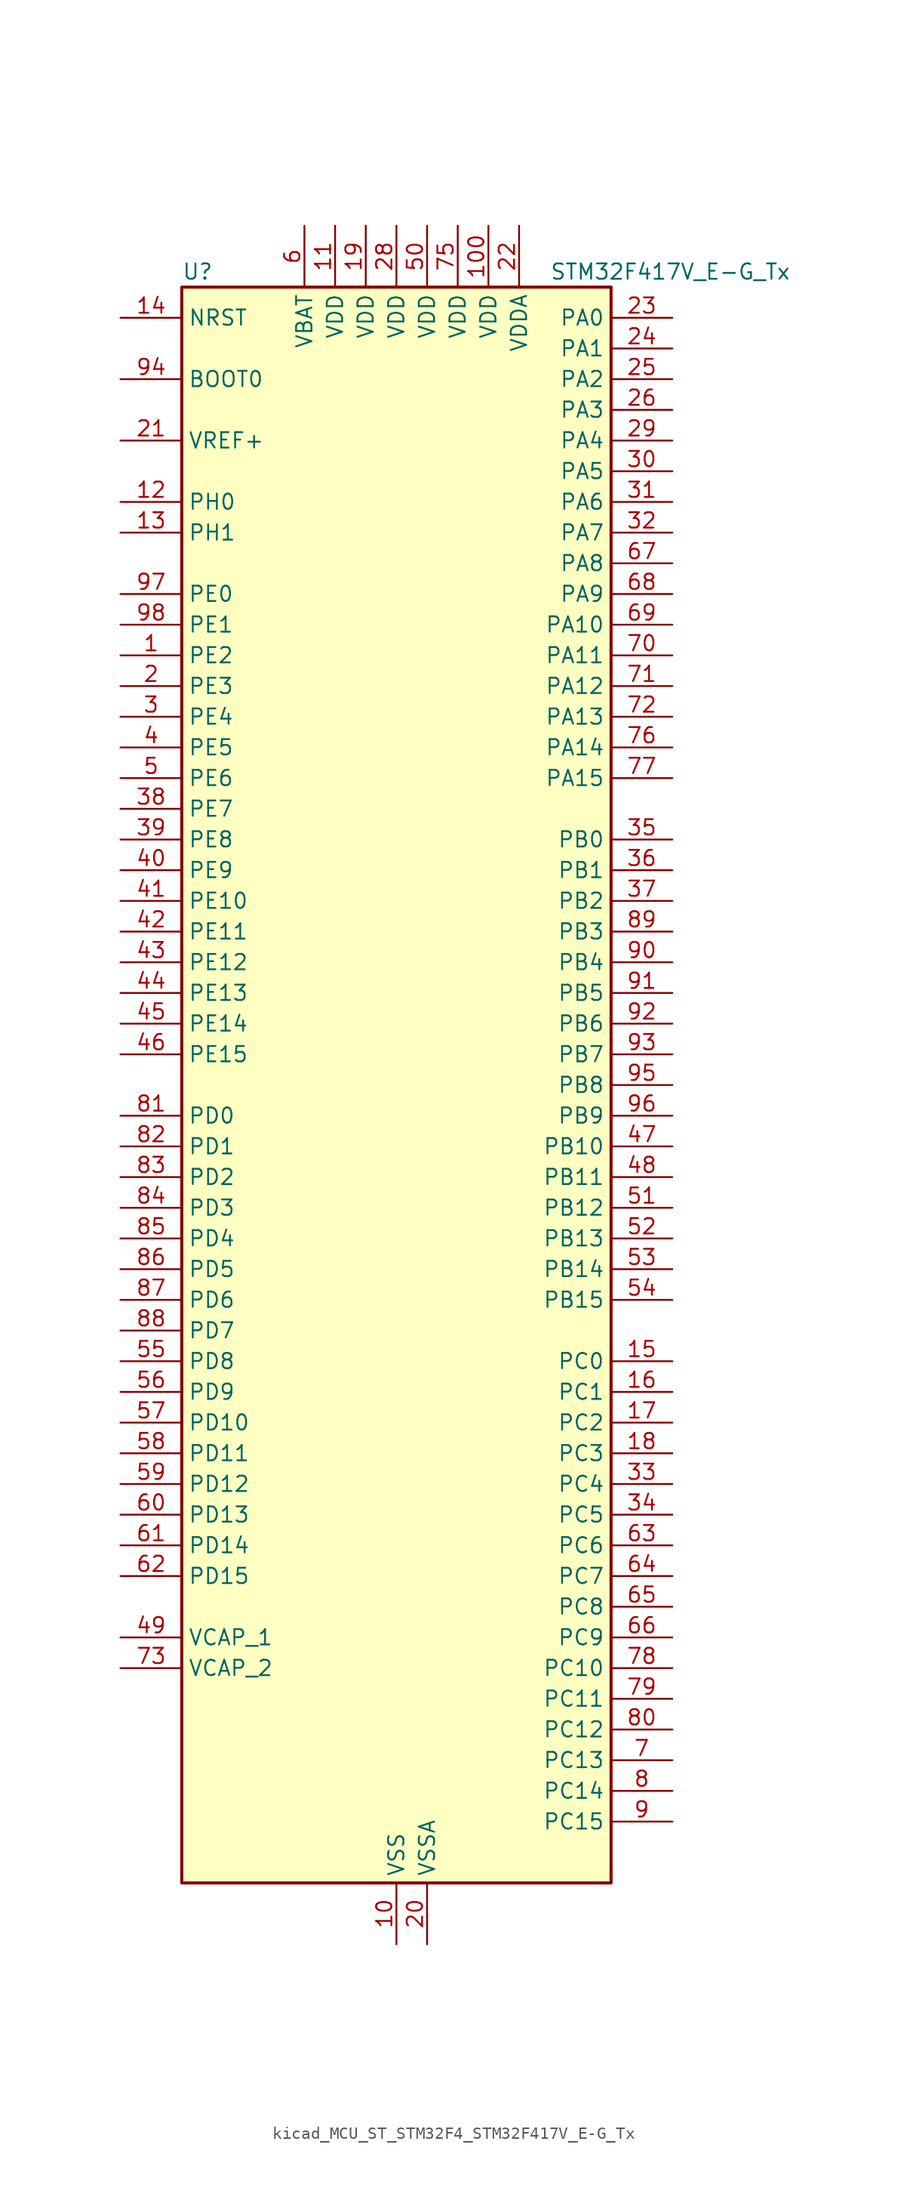
<source format=kicad_sym>
(kicad_symbol_lib
  (version 20220914)
  (generator kicad_symbol_editor)
  (symbol "kicad_MCU_ST_STM32F4_STM32F417V_E-G_Tx"
    (property "Reference" "U"
      (at -17.78 67.31 0)
      (effects (font (size 1.27 1.27)) (justify left)))
    (property "Value" "STM32F417V_E-G_Tx"
      (at 12.7 67.31 0)
      (effects (font (size 1.27 1.27)) (justify left)))
    (property "ki_locked" ""
      (at 0 0 0)
      (effects (font (size 1.27 1.27))))
    (symbol "kicad_MCU_ST_STM32F4_STM32F417V_E-G_Tx_0_1"
      (rectangle (start -17.78 -66.04) (end 17.78 66.04) (stroke (width 0.254) (type default)) (fill (type background))))
    (symbol "kicad_MCU_ST_STM32F4_STM32F417V_E-G_Tx_1_1"
      (pin bidirectional line (at -22.86 35.56 0) (length 5.08) (name "PE2" (effects (font (size 1.27 1.27)))) (number "1" (effects (font (size 1.27 1.27)))) (alternate "ETH_TXD3" bidirectional line) (alternate "FSMC_A23" bidirectional line) (alternate "SYS_TRACECLK" bidirectional line))
      (pin power_in line (at 0 -71.12 90) (length 5.08) (name "VSS" (effects (font (size 1.27 1.27)))) (number "10" (effects (font (size 1.27 1.27)))))
      (pin power_in line (at 7.62 71.12 270) (length 5.08) (name "VDD" (effects (font (size 1.27 1.27)))) (number "100" (effects (font (size 1.27 1.27)))))
      (pin power_in line (at -5.08 71.12 270) (length 5.08) (name "VDD" (effects (font (size 1.27 1.27)))) (number "11" (effects (font (size 1.27 1.27)))))
      (pin bidirectional line (at -22.86 48.26 0) (length 5.08) (name "PH0" (effects (font (size 1.27 1.27)))) (number "12" (effects (font (size 1.27 1.27)))) (alternate "RCC_OSC_IN" bidirectional line))
      (pin bidirectional line (at -22.86 45.72 0) (length 5.08) (name "PH1" (effects (font (size 1.27 1.27)))) (number "13" (effects (font (size 1.27 1.27)))) (alternate "RCC_OSC_OUT" bidirectional line))
      (pin input line (at -22.86 63.5 0) (length 5.08) (name "NRST" (effects (font (size 1.27 1.27)))) (number "14" (effects (font (size 1.27 1.27)))))
      (pin bidirectional line (at 22.86 -22.86 180) (length 5.08) (name "PC0" (effects (font (size 1.27 1.27)))) (number "15" (effects (font (size 1.27 1.27)))) (alternate "ADC1_IN10" bidirectional line) (alternate "ADC2_IN10" bidirectional line) (alternate "ADC3_IN10" bidirectional line) (alternate "USB_OTG_HS_ULPI_STP" bidirectional line))
      (pin bidirectional line (at 22.86 -25.4 180) (length 5.08) (name "PC1" (effects (font (size 1.27 1.27)))) (number "16" (effects (font (size 1.27 1.27)))) (alternate "ADC1_IN11" bidirectional line) (alternate "ADC2_IN11" bidirectional line) (alternate "ADC3_IN11" bidirectional line) (alternate "ETH_MDC" bidirectional line))
      (pin bidirectional line (at 22.86 -27.94 180) (length 5.08) (name "PC2" (effects (font (size 1.27 1.27)))) (number "17" (effects (font (size 1.27 1.27)))) (alternate "ADC1_IN12" bidirectional line) (alternate "ADC2_IN12" bidirectional line) (alternate "ADC3_IN12" bidirectional line) (alternate "ETH_TXD2" bidirectional line) (alternate "I2S2_ext_SD" bidirectional line) (alternate "SPI2_MISO" bidirectional line) (alternate "USB_OTG_HS_ULPI_DIR" bidirectional line))
      (pin bidirectional line (at 22.86 -30.48 180) (length 5.08) (name "PC3" (effects (font (size 1.27 1.27)))) (number "18" (effects (font (size 1.27 1.27)))) (alternate "ADC1_IN13" bidirectional line) (alternate "ADC2_IN13" bidirectional line) (alternate "ADC3_IN13" bidirectional line) (alternate "ETH_TX_CLK" bidirectional line) (alternate "I2S2_SD" bidirectional line) (alternate "SPI2_MOSI" bidirectional line) (alternate "USB_OTG_HS_ULPI_NXT" bidirectional line))
      (pin power_in line (at -2.54 71.12 270) (length 5.08) (name "VDD" (effects (font (size 1.27 1.27)))) (number "19" (effects (font (size 1.27 1.27)))))
      (pin bidirectional line (at -22.86 33.02 0) (length 5.08) (name "PE3" (effects (font (size 1.27 1.27)))) (number "2" (effects (font (size 1.27 1.27)))) (alternate "FSMC_A19" bidirectional line) (alternate "SYS_TRACED0" bidirectional line))
      (pin power_in line (at 2.54 -71.12 90) (length 5.08) (name "VSSA" (effects (font (size 1.27 1.27)))) (number "20" (effects (font (size 1.27 1.27)))))
      (pin input line (at -22.86 53.34 0) (length 5.08) (name "VREF+" (effects (font (size 1.27 1.27)))) (number "21" (effects (font (size 1.27 1.27)))))
      (pin power_in line (at 10.16 71.12 270) (length 5.08) (name "VDDA" (effects (font (size 1.27 1.27)))) (number "22" (effects (font (size 1.27 1.27)))))
      (pin bidirectional line (at 22.86 63.5 180) (length 5.08) (name "PA0" (effects (font (size 1.27 1.27)))) (number "23" (effects (font (size 1.27 1.27)))) (alternate "ADC1_IN0" bidirectional line) (alternate "ADC2_IN0" bidirectional line) (alternate "ADC3_IN0" bidirectional line) (alternate "ETH_CRS" bidirectional line) (alternate "SYS_WKUP" bidirectional line) (alternate "TIM2_CH1" bidirectional line) (alternate "TIM2_ETR" bidirectional line) (alternate "TIM5_CH1" bidirectional line) (alternate "TIM8_ETR" bidirectional line) (alternate "UART4_TX" bidirectional line) (alternate "USART2_CTS" bidirectional line))
      (pin bidirectional line (at 22.86 60.96 180) (length 5.08) (name "PA1" (effects (font (size 1.27 1.27)))) (number "24" (effects (font (size 1.27 1.27)))) (alternate "ADC1_IN1" bidirectional line) (alternate "ADC2_IN1" bidirectional line) (alternate "ADC3_IN1" bidirectional line) (alternate "ETH_REF_CLK" bidirectional line) (alternate "ETH_RX_CLK" bidirectional line) (alternate "TIM2_CH2" bidirectional line) (alternate "TIM5_CH2" bidirectional line) (alternate "UART4_RX" bidirectional line) (alternate "USART2_RTS" bidirectional line))
      (pin bidirectional line (at 22.86 58.42 180) (length 5.08) (name "PA2" (effects (font (size 1.27 1.27)))) (number "25" (effects (font (size 1.27 1.27)))) (alternate "ADC1_IN2" bidirectional line) (alternate "ADC2_IN2" bidirectional line) (alternate "ADC3_IN2" bidirectional line) (alternate "ETH_MDIO" bidirectional line) (alternate "TIM2_CH3" bidirectional line) (alternate "TIM5_CH3" bidirectional line) (alternate "TIM9_CH1" bidirectional line) (alternate "USART2_TX" bidirectional line))
      (pin bidirectional line (at 22.86 55.88 180) (length 5.08) (name "PA3" (effects (font (size 1.27 1.27)))) (number "26" (effects (font (size 1.27 1.27)))) (alternate "ADC1_IN3" bidirectional line) (alternate "ADC2_IN3" bidirectional line) (alternate "ADC3_IN3" bidirectional line) (alternate "ETH_COL" bidirectional line) (alternate "TIM2_CH4" bidirectional line) (alternate "TIM5_CH4" bidirectional line) (alternate "TIM9_CH2" bidirectional line) (alternate "USART2_RX" bidirectional line) (alternate "USB_OTG_HS_ULPI_D0" bidirectional line))
      (pin passive line (at 0 -71.12 90) (length 5.08) hide (name "VSS" (effects (font (size 1.27 1.27)))) (number "27" (effects (font (size 1.27 1.27)))))
      (pin power_in line (at 0 71.12 270) (length 5.08) (name "VDD" (effects (font (size 1.27 1.27)))) (number "28" (effects (font (size 1.27 1.27)))))
      (pin bidirectional line (at 22.86 53.34 180) (length 5.08) (name "PA4" (effects (font (size 1.27 1.27)))) (number "29" (effects (font (size 1.27 1.27)))) (alternate "ADC1_IN4" bidirectional line) (alternate "ADC2_IN4" bidirectional line) (alternate "DAC_OUT1" bidirectional line) (alternate "DCMI_HSYNC" bidirectional line) (alternate "I2S3_WS" bidirectional line) (alternate "SPI1_NSS" bidirectional line) (alternate "SPI3_NSS" bidirectional line) (alternate "USART2_CK" bidirectional line) (alternate "USB_OTG_HS_SOF" bidirectional line))
      (pin bidirectional line (at -22.86 30.48 0) (length 5.08) (name "PE4" (effects (font (size 1.27 1.27)))) (number "3" (effects (font (size 1.27 1.27)))) (alternate "DCMI_D4" bidirectional line) (alternate "FSMC_A20" bidirectional line) (alternate "SYS_TRACED1" bidirectional line))
      (pin bidirectional line (at 22.86 50.8 180) (length 5.08) (name "PA5" (effects (font (size 1.27 1.27)))) (number "30" (effects (font (size 1.27 1.27)))) (alternate "ADC1_IN5" bidirectional line) (alternate "ADC2_IN5" bidirectional line) (alternate "DAC_OUT2" bidirectional line) (alternate "SPI1_SCK" bidirectional line) (alternate "TIM2_CH1" bidirectional line) (alternate "TIM2_ETR" bidirectional line) (alternate "TIM8_CH1N" bidirectional line) (alternate "USB_OTG_HS_ULPI_CK" bidirectional line))
      (pin bidirectional line (at 22.86 48.26 180) (length 5.08) (name "PA6" (effects (font (size 1.27 1.27)))) (number "31" (effects (font (size 1.27 1.27)))) (alternate "ADC1_IN6" bidirectional line) (alternate "ADC2_IN6" bidirectional line) (alternate "DCMI_PIXCLK" bidirectional line) (alternate "SPI1_MISO" bidirectional line) (alternate "TIM13_CH1" bidirectional line) (alternate "TIM1_BKIN" bidirectional line) (alternate "TIM3_CH1" bidirectional line) (alternate "TIM8_BKIN" bidirectional line))
      (pin bidirectional line (at 22.86 45.72 180) (length 5.08) (name "PA7" (effects (font (size 1.27 1.27)))) (number "32" (effects (font (size 1.27 1.27)))) (alternate "ADC1_IN7" bidirectional line) (alternate "ADC2_IN7" bidirectional line) (alternate "ETH_CRS_DV" bidirectional line) (alternate "ETH_RX_DV" bidirectional line) (alternate "SPI1_MOSI" bidirectional line) (alternate "TIM14_CH1" bidirectional line) (alternate "TIM1_CH1N" bidirectional line) (alternate "TIM3_CH2" bidirectional line) (alternate "TIM8_CH1N" bidirectional line))
      (pin bidirectional line (at 22.86 -33.02 180) (length 5.08) (name "PC4" (effects (font (size 1.27 1.27)))) (number "33" (effects (font (size 1.27 1.27)))) (alternate "ADC1_IN14" bidirectional line) (alternate "ADC2_IN14" bidirectional line) (alternate "ETH_RXD0" bidirectional line))
      (pin bidirectional line (at 22.86 -35.56 180) (length 5.08) (name "PC5" (effects (font (size 1.27 1.27)))) (number "34" (effects (font (size 1.27 1.27)))) (alternate "ADC1_IN15" bidirectional line) (alternate "ADC2_IN15" bidirectional line) (alternate "ETH_RXD1" bidirectional line))
      (pin bidirectional line (at 22.86 20.32 180) (length 5.08) (name "PB0" (effects (font (size 1.27 1.27)))) (number "35" (effects (font (size 1.27 1.27)))) (alternate "ADC1_IN8" bidirectional line) (alternate "ADC2_IN8" bidirectional line) (alternate "ETH_RXD2" bidirectional line) (alternate "TIM1_CH2N" bidirectional line) (alternate "TIM3_CH3" bidirectional line) (alternate "TIM8_CH2N" bidirectional line) (alternate "USB_OTG_HS_ULPI_D1" bidirectional line))
      (pin bidirectional line (at 22.86 17.78 180) (length 5.08) (name "PB1" (effects (font (size 1.27 1.27)))) (number "36" (effects (font (size 1.27 1.27)))) (alternate "ADC1_IN9" bidirectional line) (alternate "ADC2_IN9" bidirectional line) (alternate "ETH_RXD3" bidirectional line) (alternate "TIM1_CH3N" bidirectional line) (alternate "TIM3_CH4" bidirectional line) (alternate "TIM8_CH3N" bidirectional line) (alternate "USB_OTG_HS_ULPI_D2" bidirectional line))
      (pin bidirectional line (at 22.86 15.24 180) (length 5.08) (name "PB2" (effects (font (size 1.27 1.27)))) (number "37" (effects (font (size 1.27 1.27)))))
      (pin bidirectional line (at -22.86 22.86 0) (length 5.08) (name "PE7" (effects (font (size 1.27 1.27)))) (number "38" (effects (font (size 1.27 1.27)))) (alternate "FSMC_D4" bidirectional line) (alternate "FSMC_DA4" bidirectional line) (alternate "TIM1_ETR" bidirectional line))
      (pin bidirectional line (at -22.86 20.32 0) (length 5.08) (name "PE8" (effects (font (size 1.27 1.27)))) (number "39" (effects (font (size 1.27 1.27)))) (alternate "FSMC_D5" bidirectional line) (alternate "FSMC_DA5" bidirectional line) (alternate "TIM1_CH1N" bidirectional line))
      (pin bidirectional line (at -22.86 27.94 0) (length 5.08) (name "PE5" (effects (font (size 1.27 1.27)))) (number "4" (effects (font (size 1.27 1.27)))) (alternate "DCMI_D6" bidirectional line) (alternate "FSMC_A21" bidirectional line) (alternate "SYS_TRACED2" bidirectional line) (alternate "TIM9_CH1" bidirectional line))
      (pin bidirectional line (at -22.86 17.78 0) (length 5.08) (name "PE9" (effects (font (size 1.27 1.27)))) (number "40" (effects (font (size 1.27 1.27)))) (alternate "DAC_EXTI9" bidirectional line) (alternate "FSMC_D6" bidirectional line) (alternate "FSMC_DA6" bidirectional line) (alternate "TIM1_CH1" bidirectional line))
      (pin bidirectional line (at -22.86 15.24 0) (length 5.08) (name "PE10" (effects (font (size 1.27 1.27)))) (number "41" (effects (font (size 1.27 1.27)))) (alternate "FSMC_D7" bidirectional line) (alternate "FSMC_DA7" bidirectional line) (alternate "TIM1_CH2N" bidirectional line))
      (pin bidirectional line (at -22.86 12.7 0) (length 5.08) (name "PE11" (effects (font (size 1.27 1.27)))) (number "42" (effects (font (size 1.27 1.27)))) (alternate "ADC1_EXTI11" bidirectional line) (alternate "ADC2_EXTI11" bidirectional line) (alternate "ADC3_EXTI11" bidirectional line) (alternate "FSMC_D8" bidirectional line) (alternate "FSMC_DA8" bidirectional line) (alternate "TIM1_CH2" bidirectional line))
      (pin bidirectional line (at -22.86 10.16 0) (length 5.08) (name "PE12" (effects (font (size 1.27 1.27)))) (number "43" (effects (font (size 1.27 1.27)))) (alternate "FSMC_D9" bidirectional line) (alternate "FSMC_DA9" bidirectional line) (alternate "TIM1_CH3N" bidirectional line))
      (pin bidirectional line (at -22.86 7.62 0) (length 5.08) (name "PE13" (effects (font (size 1.27 1.27)))) (number "44" (effects (font (size 1.27 1.27)))) (alternate "FSMC_D10" bidirectional line) (alternate "FSMC_DA10" bidirectional line) (alternate "TIM1_CH3" bidirectional line))
      (pin bidirectional line (at -22.86 5.08 0) (length 5.08) (name "PE14" (effects (font (size 1.27 1.27)))) (number "45" (effects (font (size 1.27 1.27)))) (alternate "FSMC_D11" bidirectional line) (alternate "FSMC_DA11" bidirectional line) (alternate "TIM1_CH4" bidirectional line))
      (pin bidirectional line (at -22.86 2.54 0) (length 5.08) (name "PE15" (effects (font (size 1.27 1.27)))) (number "46" (effects (font (size 1.27 1.27)))) (alternate "ADC1_EXTI15" bidirectional line) (alternate "ADC2_EXTI15" bidirectional line) (alternate "ADC3_EXTI15" bidirectional line) (alternate "FSMC_D12" bidirectional line) (alternate "FSMC_DA12" bidirectional line) (alternate "TIM1_BKIN" bidirectional line))
      (pin bidirectional line (at 22.86 -5.08 180) (length 5.08) (name "PB10" (effects (font (size 1.27 1.27)))) (number "47" (effects (font (size 1.27 1.27)))) (alternate "ETH_RX_ER" bidirectional line) (alternate "I2C2_SCL" bidirectional line) (alternate "I2S2_CK" bidirectional line) (alternate "SPI2_SCK" bidirectional line) (alternate "TIM2_CH3" bidirectional line) (alternate "USART3_TX" bidirectional line) (alternate "USB_OTG_HS_ULPI_D3" bidirectional line))
      (pin bidirectional line (at 22.86 -7.62 180) (length 5.08) (name "PB11" (effects (font (size 1.27 1.27)))) (number "48" (effects (font (size 1.27 1.27)))) (alternate "ADC1_EXTI11" bidirectional line) (alternate "ADC2_EXTI11" bidirectional line) (alternate "ADC3_EXTI11" bidirectional line) (alternate "ETH_TX_EN" bidirectional line) (alternate "I2C2_SDA" bidirectional line) (alternate "TIM2_CH4" bidirectional line) (alternate "USART3_RX" bidirectional line) (alternate "USB_OTG_HS_ULPI_D4" bidirectional line))
      (pin power_out line (at -22.86 -45.72 0) (length 5.08) (name "VCAP_1" (effects (font (size 1.27 1.27)))) (number "49" (effects (font (size 1.27 1.27)))))
      (pin bidirectional line (at -22.86 25.4 0) (length 5.08) (name "PE6" (effects (font (size 1.27 1.27)))) (number "5" (effects (font (size 1.27 1.27)))) (alternate "DCMI_D7" bidirectional line) (alternate "FSMC_A22" bidirectional line) (alternate "SYS_TRACED3" bidirectional line) (alternate "TIM9_CH2" bidirectional line))
      (pin power_in line (at 2.54 71.12 270) (length 5.08) (name "VDD" (effects (font (size 1.27 1.27)))) (number "50" (effects (font (size 1.27 1.27)))))
      (pin bidirectional line (at 22.86 -10.16 180) (length 5.08) (name "PB12" (effects (font (size 1.27 1.27)))) (number "51" (effects (font (size 1.27 1.27)))) (alternate "CAN2_RX" bidirectional line) (alternate "ETH_TXD0" bidirectional line) (alternate "I2C2_SMBA" bidirectional line) (alternate "I2S2_WS" bidirectional line) (alternate "SPI2_NSS" bidirectional line) (alternate "TIM1_BKIN" bidirectional line) (alternate "USART3_CK" bidirectional line) (alternate "USB_OTG_HS_ID" bidirectional line) (alternate "USB_OTG_HS_ULPI_D5" bidirectional line))
      (pin bidirectional line (at 22.86 -12.7 180) (length 5.08) (name "PB13" (effects (font (size 1.27 1.27)))) (number "52" (effects (font (size 1.27 1.27)))) (alternate "CAN2_TX" bidirectional line) (alternate "ETH_TXD1" bidirectional line) (alternate "I2S2_CK" bidirectional line) (alternate "SPI2_SCK" bidirectional line) (alternate "TIM1_CH1N" bidirectional line) (alternate "USART3_CTS" bidirectional line) (alternate "USB_OTG_HS_ULPI_D6" bidirectional line) (alternate "USB_OTG_HS_VBUS" bidirectional line))
      (pin bidirectional line (at 22.86 -15.24 180) (length 5.08) (name "PB14" (effects (font (size 1.27 1.27)))) (number "53" (effects (font (size 1.27 1.27)))) (alternate "I2S2_ext_SD" bidirectional line) (alternate "SPI2_MISO" bidirectional line) (alternate "TIM12_CH1" bidirectional line) (alternate "TIM1_CH2N" bidirectional line) (alternate "TIM8_CH2N" bidirectional line) (alternate "USART3_RTS" bidirectional line) (alternate "USB_OTG_HS_DM" bidirectional line))
      (pin bidirectional line (at 22.86 -17.78 180) (length 5.08) (name "PB15" (effects (font (size 1.27 1.27)))) (number "54" (effects (font (size 1.27 1.27)))) (alternate "ADC1_EXTI15" bidirectional line) (alternate "ADC2_EXTI15" bidirectional line) (alternate "ADC3_EXTI15" bidirectional line) (alternate "I2S2_SD" bidirectional line) (alternate "RTC_REFIN" bidirectional line) (alternate "SPI2_MOSI" bidirectional line) (alternate "TIM12_CH2" bidirectional line) (alternate "TIM1_CH3N" bidirectional line) (alternate "TIM8_CH3N" bidirectional line) (alternate "USB_OTG_HS_DP" bidirectional line))
      (pin bidirectional line (at -22.86 -22.86 0) (length 5.08) (name "PD8" (effects (font (size 1.27 1.27)))) (number "55" (effects (font (size 1.27 1.27)))) (alternate "FSMC_D13" bidirectional line) (alternate "FSMC_DA13" bidirectional line) (alternate "USART3_TX" bidirectional line))
      (pin bidirectional line (at -22.86 -25.4 0) (length 5.08) (name "PD9" (effects (font (size 1.27 1.27)))) (number "56" (effects (font (size 1.27 1.27)))) (alternate "DAC_EXTI9" bidirectional line) (alternate "FSMC_D14" bidirectional line) (alternate "FSMC_DA14" bidirectional line) (alternate "USART3_RX" bidirectional line))
      (pin bidirectional line (at -22.86 -27.94 0) (length 5.08) (name "PD10" (effects (font (size 1.27 1.27)))) (number "57" (effects (font (size 1.27 1.27)))) (alternate "FSMC_D15" bidirectional line) (alternate "FSMC_DA15" bidirectional line) (alternate "USART3_CK" bidirectional line))
      (pin bidirectional line (at -22.86 -30.48 0) (length 5.08) (name "PD11" (effects (font (size 1.27 1.27)))) (number "58" (effects (font (size 1.27 1.27)))) (alternate "ADC1_EXTI11" bidirectional line) (alternate "ADC2_EXTI11" bidirectional line) (alternate "ADC3_EXTI11" bidirectional line) (alternate "FSMC_A16" bidirectional line) (alternate "FSMC_CLE" bidirectional line) (alternate "USART3_CTS" bidirectional line))
      (pin bidirectional line (at -22.86 -33.02 0) (length 5.08) (name "PD12" (effects (font (size 1.27 1.27)))) (number "59" (effects (font (size 1.27 1.27)))) (alternate "FSMC_A17" bidirectional line) (alternate "FSMC_ALE" bidirectional line) (alternate "TIM4_CH1" bidirectional line) (alternate "USART3_RTS" bidirectional line))
      (pin power_in line (at -7.62 71.12 270) (length 5.08) (name "VBAT" (effects (font (size 1.27 1.27)))) (number "6" (effects (font (size 1.27 1.27)))))
      (pin bidirectional line (at -22.86 -35.56 0) (length 5.08) (name "PD13" (effects (font (size 1.27 1.27)))) (number "60" (effects (font (size 1.27 1.27)))) (alternate "FSMC_A18" bidirectional line) (alternate "TIM4_CH2" bidirectional line))
      (pin bidirectional line (at -22.86 -38.1 0) (length 5.08) (name "PD14" (effects (font (size 1.27 1.27)))) (number "61" (effects (font (size 1.27 1.27)))) (alternate "FSMC_D0" bidirectional line) (alternate "FSMC_DA0" bidirectional line) (alternate "TIM4_CH3" bidirectional line))
      (pin bidirectional line (at -22.86 -40.64 0) (length 5.08) (name "PD15" (effects (font (size 1.27 1.27)))) (number "62" (effects (font (size 1.27 1.27)))) (alternate "ADC1_EXTI15" bidirectional line) (alternate "ADC2_EXTI15" bidirectional line) (alternate "ADC3_EXTI15" bidirectional line) (alternate "FSMC_D1" bidirectional line) (alternate "FSMC_DA1" bidirectional line) (alternate "TIM4_CH4" bidirectional line))
      (pin bidirectional line (at 22.86 -38.1 180) (length 5.08) (name "PC6" (effects (font (size 1.27 1.27)))) (number "63" (effects (font (size 1.27 1.27)))) (alternate "DCMI_D0" bidirectional line) (alternate "I2S2_MCK" bidirectional line) (alternate "SDIO_D6" bidirectional line) (alternate "TIM3_CH1" bidirectional line) (alternate "TIM8_CH1" bidirectional line) (alternate "USART6_TX" bidirectional line))
      (pin bidirectional line (at 22.86 -40.64 180) (length 5.08) (name "PC7" (effects (font (size 1.27 1.27)))) (number "64" (effects (font (size 1.27 1.27)))) (alternate "DCMI_D1" bidirectional line) (alternate "I2S3_MCK" bidirectional line) (alternate "SDIO_D7" bidirectional line) (alternate "TIM3_CH2" bidirectional line) (alternate "TIM8_CH2" bidirectional line) (alternate "USART6_RX" bidirectional line))
      (pin bidirectional line (at 22.86 -43.18 180) (length 5.08) (name "PC8" (effects (font (size 1.27 1.27)))) (number "65" (effects (font (size 1.27 1.27)))) (alternate "DCMI_D2" bidirectional line) (alternate "SDIO_D0" bidirectional line) (alternate "TIM3_CH3" bidirectional line) (alternate "TIM8_CH3" bidirectional line) (alternate "USART6_CK" bidirectional line))
      (pin bidirectional line (at 22.86 -45.72 180) (length 5.08) (name "PC9" (effects (font (size 1.27 1.27)))) (number "66" (effects (font (size 1.27 1.27)))) (alternate "DAC_EXTI9" bidirectional line) (alternate "DCMI_D3" bidirectional line) (alternate "I2C3_SDA" bidirectional line) (alternate "I2S_CKIN" bidirectional line) (alternate "RCC_MCO_2" bidirectional line) (alternate "SDIO_D1" bidirectional line) (alternate "TIM3_CH4" bidirectional line) (alternate "TIM8_CH4" bidirectional line))
      (pin bidirectional line (at 22.86 43.18 180) (length 5.08) (name "PA8" (effects (font (size 1.27 1.27)))) (number "67" (effects (font (size 1.27 1.27)))) (alternate "I2C3_SCL" bidirectional line) (alternate "RCC_MCO_1" bidirectional line) (alternate "TIM1_CH1" bidirectional line) (alternate "USART1_CK" bidirectional line) (alternate "USB_OTG_FS_SOF" bidirectional line))
      (pin bidirectional line (at 22.86 40.64 180) (length 5.08) (name "PA9" (effects (font (size 1.27 1.27)))) (number "68" (effects (font (size 1.27 1.27)))) (alternate "DAC_EXTI9" bidirectional line) (alternate "DCMI_D0" bidirectional line) (alternate "I2C3_SMBA" bidirectional line) (alternate "TIM1_CH2" bidirectional line) (alternate "USART1_TX" bidirectional line) (alternate "USB_OTG_FS_VBUS" bidirectional line))
      (pin bidirectional line (at 22.86 38.1 180) (length 5.08) (name "PA10" (effects (font (size 1.27 1.27)))) (number "69" (effects (font (size 1.27 1.27)))) (alternate "DCMI_D1" bidirectional line) (alternate "TIM1_CH3" bidirectional line) (alternate "USART1_RX" bidirectional line) (alternate "USB_OTG_FS_ID" bidirectional line))
      (pin bidirectional line (at 22.86 -55.88 180) (length 5.08) (name "PC13" (effects (font (size 1.27 1.27)))) (number "7" (effects (font (size 1.27 1.27)))) (alternate "RTC_AF1" bidirectional line))
      (pin bidirectional line (at 22.86 35.56 180) (length 5.08) (name "PA11" (effects (font (size 1.27 1.27)))) (number "70" (effects (font (size 1.27 1.27)))) (alternate "ADC1_EXTI11" bidirectional line) (alternate "ADC2_EXTI11" bidirectional line) (alternate "ADC3_EXTI11" bidirectional line) (alternate "CAN1_RX" bidirectional line) (alternate "TIM1_CH4" bidirectional line) (alternate "USART1_CTS" bidirectional line) (alternate "USB_OTG_FS_DM" bidirectional line))
      (pin bidirectional line (at 22.86 33.02 180) (length 5.08) (name "PA12" (effects (font (size 1.27 1.27)))) (number "71" (effects (font (size 1.27 1.27)))) (alternate "CAN1_TX" bidirectional line) (alternate "TIM1_ETR" bidirectional line) (alternate "USART1_RTS" bidirectional line) (alternate "USB_OTG_FS_DP" bidirectional line))
      (pin bidirectional line (at 22.86 30.48 180) (length 5.08) (name "PA13" (effects (font (size 1.27 1.27)))) (number "72" (effects (font (size 1.27 1.27)))) (alternate "SYS_JTMS-SWDIO" bidirectional line))
      (pin power_out line (at -22.86 -48.26 0) (length 5.08) (name "VCAP_2" (effects (font (size 1.27 1.27)))) (number "73" (effects (font (size 1.27 1.27)))))
      (pin passive line (at 0 -71.12 90) (length 5.08) hide (name "VSS" (effects (font (size 1.27 1.27)))) (number "74" (effects (font (size 1.27 1.27)))))
      (pin power_in line (at 5.08 71.12 270) (length 5.08) (name "VDD" (effects (font (size 1.27 1.27)))) (number "75" (effects (font (size 1.27 1.27)))))
      (pin bidirectional line (at 22.86 27.94 180) (length 5.08) (name "PA14" (effects (font (size 1.27 1.27)))) (number "76" (effects (font (size 1.27 1.27)))) (alternate "SYS_JTCK-SWCLK" bidirectional line))
      (pin bidirectional line (at 22.86 25.4 180) (length 5.08) (name "PA15" (effects (font (size 1.27 1.27)))) (number "77" (effects (font (size 1.27 1.27)))) (alternate "ADC1_EXTI15" bidirectional line) (alternate "ADC2_EXTI15" bidirectional line) (alternate "ADC3_EXTI15" bidirectional line) (alternate "I2S3_WS" bidirectional line) (alternate "SPI1_NSS" bidirectional line) (alternate "SPI3_NSS" bidirectional line) (alternate "SYS_JTDI" bidirectional line) (alternate "TIM2_CH1" bidirectional line) (alternate "TIM2_ETR" bidirectional line))
      (pin bidirectional line (at 22.86 -48.26 180) (length 5.08) (name "PC10" (effects (font (size 1.27 1.27)))) (number "78" (effects (font (size 1.27 1.27)))) (alternate "DCMI_D8" bidirectional line) (alternate "I2S3_CK" bidirectional line) (alternate "SDIO_D2" bidirectional line) (alternate "SPI3_SCK" bidirectional line) (alternate "UART4_TX" bidirectional line) (alternate "USART3_TX" bidirectional line))
      (pin bidirectional line (at 22.86 -50.8 180) (length 5.08) (name "PC11" (effects (font (size 1.27 1.27)))) (number "79" (effects (font (size 1.27 1.27)))) (alternate "ADC1_EXTI11" bidirectional line) (alternate "ADC2_EXTI11" bidirectional line) (alternate "ADC3_EXTI11" bidirectional line) (alternate "DCMI_D4" bidirectional line) (alternate "I2S3_ext_SD" bidirectional line) (alternate "SDIO_D3" bidirectional line) (alternate "SPI3_MISO" bidirectional line) (alternate "UART4_RX" bidirectional line) (alternate "USART3_RX" bidirectional line))
      (pin bidirectional line (at 22.86 -58.42 180) (length 5.08) (name "PC14" (effects (font (size 1.27 1.27)))) (number "8" (effects (font (size 1.27 1.27)))) (alternate "RCC_OSC32_IN" bidirectional line))
      (pin bidirectional line (at 22.86 -53.34 180) (length 5.08) (name "PC12" (effects (font (size 1.27 1.27)))) (number "80" (effects (font (size 1.27 1.27)))) (alternate "DCMI_D9" bidirectional line) (alternate "I2S3_SD" bidirectional line) (alternate "SDIO_CK" bidirectional line) (alternate "SPI3_MOSI" bidirectional line) (alternate "UART5_TX" bidirectional line) (alternate "USART3_CK" bidirectional line))
      (pin bidirectional line (at -22.86 -2.54 0) (length 5.08) (name "PD0" (effects (font (size 1.27 1.27)))) (number "81" (effects (font (size 1.27 1.27)))) (alternate "CAN1_RX" bidirectional line) (alternate "FSMC_D2" bidirectional line) (alternate "FSMC_DA2" bidirectional line))
      (pin bidirectional line (at -22.86 -5.08 0) (length 5.08) (name "PD1" (effects (font (size 1.27 1.27)))) (number "82" (effects (font (size 1.27 1.27)))) (alternate "CAN1_TX" bidirectional line) (alternate "FSMC_D3" bidirectional line) (alternate "FSMC_DA3" bidirectional line))
      (pin bidirectional line (at -22.86 -7.62 0) (length 5.08) (name "PD2" (effects (font (size 1.27 1.27)))) (number "83" (effects (font (size 1.27 1.27)))) (alternate "DCMI_D11" bidirectional line) (alternate "SDIO_CMD" bidirectional line) (alternate "TIM3_ETR" bidirectional line) (alternate "UART5_RX" bidirectional line))
      (pin bidirectional line (at -22.86 -10.16 0) (length 5.08) (name "PD3" (effects (font (size 1.27 1.27)))) (number "84" (effects (font (size 1.27 1.27)))) (alternate "FSMC_CLK" bidirectional line) (alternate "USART2_CTS" bidirectional line))
      (pin bidirectional line (at -22.86 -12.7 0) (length 5.08) (name "PD4" (effects (font (size 1.27 1.27)))) (number "85" (effects (font (size 1.27 1.27)))) (alternate "FSMC_NOE" bidirectional line) (alternate "USART2_RTS" bidirectional line))
      (pin bidirectional line (at -22.86 -15.24 0) (length 5.08) (name "PD5" (effects (font (size 1.27 1.27)))) (number "86" (effects (font (size 1.27 1.27)))) (alternate "FSMC_NWE" bidirectional line) (alternate "USART2_TX" bidirectional line))
      (pin bidirectional line (at -22.86 -17.78 0) (length 5.08) (name "PD6" (effects (font (size 1.27 1.27)))) (number "87" (effects (font (size 1.27 1.27)))) (alternate "FSMC_NWAIT" bidirectional line) (alternate "USART2_RX" bidirectional line))
      (pin bidirectional line (at -22.86 -20.32 0) (length 5.08) (name "PD7" (effects (font (size 1.27 1.27)))) (number "88" (effects (font (size 1.27 1.27)))) (alternate "FSMC_NCE2" bidirectional line) (alternate "FSMC_NE1" bidirectional line) (alternate "USART2_CK" bidirectional line))
      (pin bidirectional line (at 22.86 12.7 180) (length 5.08) (name "PB3" (effects (font (size 1.27 1.27)))) (number "89" (effects (font (size 1.27 1.27)))) (alternate "I2S3_CK" bidirectional line) (alternate "SPI1_SCK" bidirectional line) (alternate "SPI3_SCK" bidirectional line) (alternate "SYS_JTDO-SWO" bidirectional line) (alternate "TIM2_CH2" bidirectional line))
      (pin bidirectional line (at 22.86 -60.96 180) (length 5.08) (name "PC15" (effects (font (size 1.27 1.27)))) (number "9" (effects (font (size 1.27 1.27)))) (alternate "ADC1_EXTI15" bidirectional line) (alternate "ADC2_EXTI15" bidirectional line) (alternate "ADC3_EXTI15" bidirectional line) (alternate "RCC_OSC32_OUT" bidirectional line))
      (pin bidirectional line (at 22.86 10.16 180) (length 5.08) (name "PB4" (effects (font (size 1.27 1.27)))) (number "90" (effects (font (size 1.27 1.27)))) (alternate "I2S3_ext_SD" bidirectional line) (alternate "SPI1_MISO" bidirectional line) (alternate "SPI3_MISO" bidirectional line) (alternate "SYS_JTRST" bidirectional line) (alternate "TIM3_CH1" bidirectional line))
      (pin bidirectional line (at 22.86 7.62 180) (length 5.08) (name "PB5" (effects (font (size 1.27 1.27)))) (number "91" (effects (font (size 1.27 1.27)))) (alternate "CAN2_RX" bidirectional line) (alternate "DCMI_D10" bidirectional line) (alternate "ETH_PPS_OUT" bidirectional line) (alternate "I2C1_SMBA" bidirectional line) (alternate "I2S3_SD" bidirectional line) (alternate "SPI1_MOSI" bidirectional line) (alternate "SPI3_MOSI" bidirectional line) (alternate "TIM3_CH2" bidirectional line) (alternate "USB_OTG_HS_ULPI_D7" bidirectional line))
      (pin bidirectional line (at 22.86 5.08 180) (length 5.08) (name "PB6" (effects (font (size 1.27 1.27)))) (number "92" (effects (font (size 1.27 1.27)))) (alternate "CAN2_TX" bidirectional line) (alternate "DCMI_D5" bidirectional line) (alternate "I2C1_SCL" bidirectional line) (alternate "TIM4_CH1" bidirectional line) (alternate "USART1_TX" bidirectional line))
      (pin bidirectional line (at 22.86 2.54 180) (length 5.08) (name "PB7" (effects (font (size 1.27 1.27)))) (number "93" (effects (font (size 1.27 1.27)))) (alternate "DCMI_VSYNC" bidirectional line) (alternate "FSMC_NL" bidirectional line) (alternate "I2C1_SDA" bidirectional line) (alternate "TIM4_CH2" bidirectional line) (alternate "USART1_RX" bidirectional line))
      (pin input line (at -22.86 58.42 0) (length 5.08) (name "BOOT0" (effects (font (size 1.27 1.27)))) (number "94" (effects (font (size 1.27 1.27)))))
      (pin bidirectional line (at 22.86 0 180) (length 5.08) (name "PB8" (effects (font (size 1.27 1.27)))) (number "95" (effects (font (size 1.27 1.27)))) (alternate "CAN1_RX" bidirectional line) (alternate "DCMI_D6" bidirectional line) (alternate "ETH_TXD3" bidirectional line) (alternate "I2C1_SCL" bidirectional line) (alternate "SDIO_D4" bidirectional line) (alternate "TIM10_CH1" bidirectional line) (alternate "TIM4_CH3" bidirectional line))
      (pin bidirectional line (at 22.86 -2.54 180) (length 5.08) (name "PB9" (effects (font (size 1.27 1.27)))) (number "96" (effects (font (size 1.27 1.27)))) (alternate "CAN1_TX" bidirectional line) (alternate "DAC_EXTI9" bidirectional line) (alternate "DCMI_D7" bidirectional line) (alternate "I2C1_SDA" bidirectional line) (alternate "I2S2_WS" bidirectional line) (alternate "SDIO_D5" bidirectional line) (alternate "SPI2_NSS" bidirectional line) (alternate "TIM11_CH1" bidirectional line) (alternate "TIM4_CH4" bidirectional line))
      (pin bidirectional line (at -22.86 40.64 0) (length 5.08) (name "PE0" (effects (font (size 1.27 1.27)))) (number "97" (effects (font (size 1.27 1.27)))) (alternate "DCMI_D2" bidirectional line) (alternate "FSMC_NBL0" bidirectional line) (alternate "TIM4_ETR" bidirectional line))
      (pin bidirectional line (at -22.86 38.1 0) (length 5.08) (name "PE1" (effects (font (size 1.27 1.27)))) (number "98" (effects (font (size 1.27 1.27)))) (alternate "DCMI_D3" bidirectional line) (alternate "FSMC_NBL1" bidirectional line))
      (pin passive line (at 0 -71.12 90) (length 5.08) hide (name "VSS" (effects (font (size 1.27 1.27)))) (number "99" (effects (font (size 1.27 1.27))))))))
</source>
